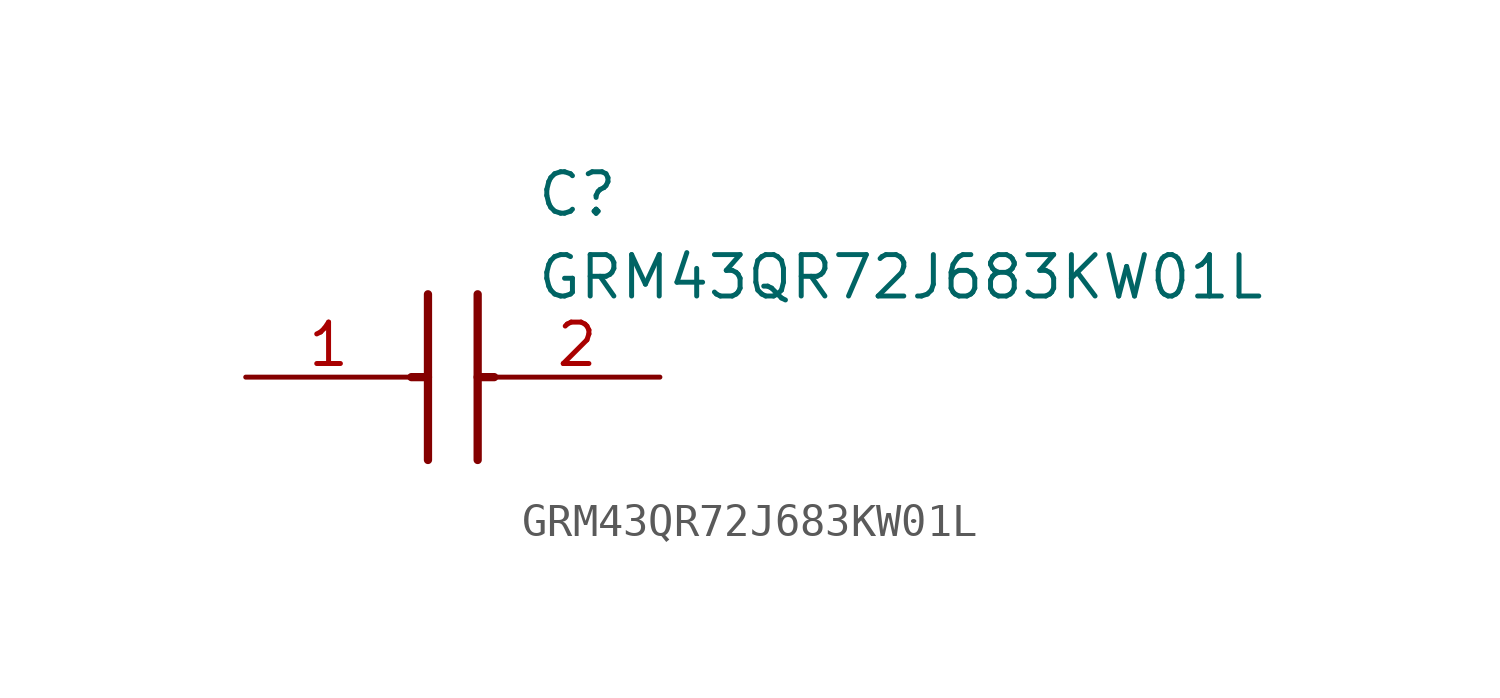
<source format=kicad_sym>
(kicad_symbol_lib
  (version 20211014)
  (generator SamacSys_ECAD_Model)
  (symbol "GRM43QR72J683KW01L"
    (pin_names hide)
    (property "Reference" "C"
      (at 8.89 6.35 0)
      (effects (font (size 1.27 1.27)) (justify left top)))
    (property "Value" "GRM43QR72J683KW01L"
      (at 8.89 3.81 0)
      (effects (font (size 1.27 1.27)) (justify left top)))
    (polyline
      (pts (xy 5.588 2.54) (xy 5.588 -2.54))
      (stroke (width 0.254) (type default))
      (fill (type none)))
    (polyline
      (pts (xy 7.112 2.54) (xy 7.112 -2.54))
      (stroke (width 0.254) (type default))
      (fill (type none)))
    (polyline
      (pts (xy 5.08 0) (xy 5.588 0))
      (stroke (width 0.254) (type default))
      (fill (type none)))
    (polyline
      (pts (xy 7.112 0) (xy 7.62 0))
      (stroke (width 0.254) (type default))
      (fill (type none)))
    (pin passive line
      (at 0 0 0)
      (length 5.08)
      (name "1" (effects (font (size 1.27 1.27))))
      (number "1" (effects (font (size 1.27 1.27)))))
    (pin passive line
      (at 12.7 0 180)
      (length 5.08)
      (name "2" (effects (font (size 1.27 1.27))))
      (number "2" (effects (font (size 1.27 1.27)))))))
</source>
